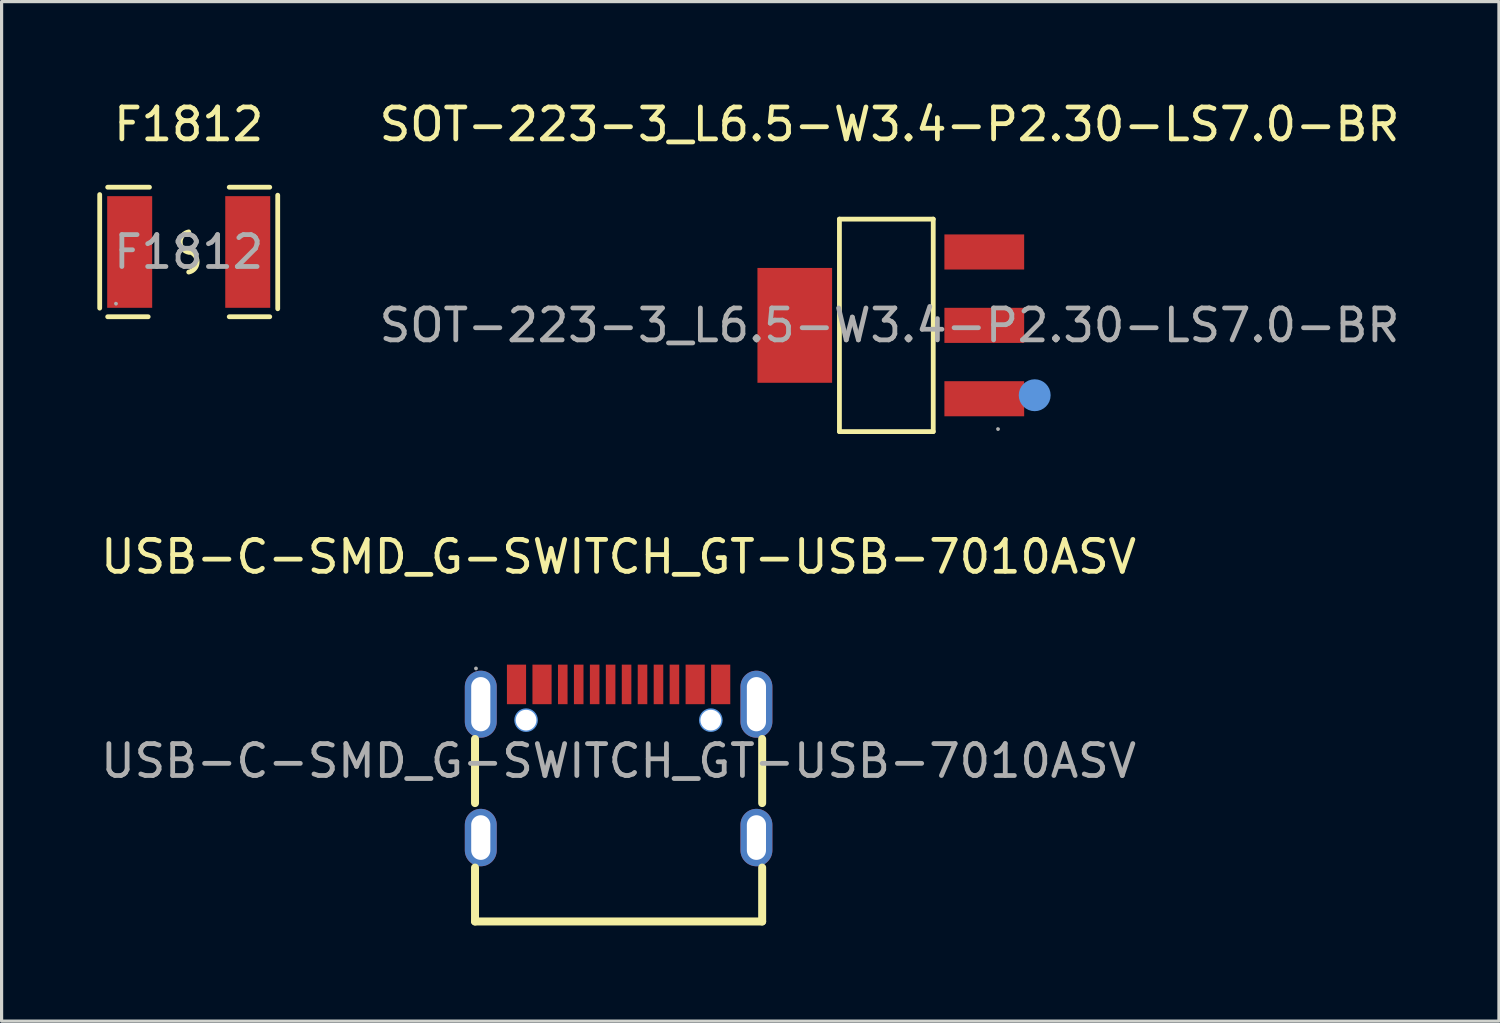
<source format=kicad_pcb>
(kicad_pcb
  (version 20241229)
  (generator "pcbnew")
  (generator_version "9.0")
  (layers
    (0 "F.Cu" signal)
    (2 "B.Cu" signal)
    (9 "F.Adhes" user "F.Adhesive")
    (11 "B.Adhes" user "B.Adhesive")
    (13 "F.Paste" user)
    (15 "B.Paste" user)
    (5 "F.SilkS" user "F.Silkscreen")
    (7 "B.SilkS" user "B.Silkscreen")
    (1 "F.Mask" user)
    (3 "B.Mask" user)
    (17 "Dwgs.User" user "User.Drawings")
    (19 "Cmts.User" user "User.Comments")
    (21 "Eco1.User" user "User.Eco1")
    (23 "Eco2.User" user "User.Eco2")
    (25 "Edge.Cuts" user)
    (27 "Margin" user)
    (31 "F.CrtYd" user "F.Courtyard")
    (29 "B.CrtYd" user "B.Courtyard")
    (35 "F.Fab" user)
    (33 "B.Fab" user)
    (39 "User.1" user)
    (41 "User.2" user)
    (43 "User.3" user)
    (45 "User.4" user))
  (footprint "SOT-223-3_L6.5-W3.4-P2.30-LS7.0-BR"
    (layer "F.Cu")
    (at 24.831 7.148)
    (property "Reference" "SOT-223-3_L6.5-W3.4-P2.30-LS7.0-BR" (at 0 -6.3 0) (layer "F.SilkS") (effects (font (size 1 1) (thickness 0.15))))
    (attr smd)
    (fp_line (start -1.57 -3.33) (end 1.37 -3.33) (stroke (width 0.15) (type solid)) (layer "F.SilkS"))
    (fp_line (start -1.57 3.33) (end -1.57 -3.33) (stroke (width 0.15) (type solid)) (layer "F.SilkS"))
    (fp_line (start 1.37 -3.33) (end 1.37 3.33) (stroke (width 0.15) (type solid)) (layer "F.SilkS"))
    (fp_line (start 1.37 3.33) (end -1.57 3.33) (stroke (width 0.15) (type solid)) (layer "F.SilkS"))
    (fp_circle (center 4.55 2.19) (end 4.8 2.19) (stroke (width 0.5) (type solid)) (fill no) (layer "Cmts.User"))
    (fp_circle (center 3.4 3.25) (end 3.43 3.25) (stroke (width 0.06) (type solid)) (fill no) (layer "F.Fab"))
    (fp_text user "${REFERENCE}" (at 0 0 0) (layer "F.Fab") (effects (font (size 1 1) (thickness 0.15))))
    (pad "1" smd rect (at 2.97 2.3) (size 2.5 1.1) (layers "F.Cu" "F.Mask" "F.Paste"))
    (pad "2" smd rect (at 2.97 0) (size 2.5 1.1) (layers "F.Cu" "F.Mask" "F.Paste"))
    (pad "3" smd rect (at 2.97 -2.3) (size 2.5 1.1) (layers "F.Cu" "F.Mask" "F.Paste"))
    (pad "4" smd rect (at -2.97 0) (size 2.34 3.6) (layers "F.Cu" "F.Mask" "F.Paste")))
  (footprint "USB-C-SMD_G-SWITCH_GT-USB-7010ASV"
    (layer "F.Cu")
    (at 16.339 20.802)
    (property "Reference" "USB-C-SMD_G-SWITCH_GT-USB-7010ASV" (at 0 -6.4 0) (layer "F.SilkS") (effects (font (size 1 1) (thickness 0.15))))
    (attr smd)
    (fp_line (start -4.5 1.32) (end -4.5 -0.69) (stroke (width 0.25) (type solid)) (layer "F.SilkS"))
    (fp_line (start -4.5 5.03) (end -4.5 3.34) (stroke (width 0.25) (type solid)) (layer "F.SilkS"))
    (fp_line (start 4.5 1.32) (end 4.5 -0.69) (stroke (width 0.25) (type solid)) (layer "F.SilkS"))
    (fp_line (start 4.5 5.03) (end -4.5 5.03) (stroke (width 0.25) (type solid)) (layer "F.SilkS"))
    (fp_line (start 4.5 5.03) (end 4.5 3.34) (stroke (width 0.25) (type solid)) (layer "F.SilkS"))
    (fp_circle (center -2.9 -1.28) (end -2.78 -1.28) (stroke (width 0.25) (type solid)) (fill no) (layer "Cmts.User"))
    (fp_circle (center 2.89 -1.28) (end 3.01 -1.28) (stroke (width 0.25) (type solid)) (fill no) (layer "Cmts.User"))
    (fp_circle (center -4.47 -2.9) (end -4.44 -2.9) (stroke (width 0.06) (type solid)) (fill no) (layer "F.Fab"))
    (fp_text user "${REFERENCE}" (at 0 0 0) (layer "F.Fab") (effects (font (size 1 1) (thickness 0.15))))
    (pad "" thru_hole circle (at -2.9 -1.28) (size 0.65 0.65) (drill 0.65) (layers "*.Cu" "*.Mask"))
    (pad "" thru_hole circle (at 2.89 -1.28) (size 0.65 0.65) (drill 0.65) (layers "*.Cu" "*.Mask"))
    (pad "1" thru_hole oval (at -4.32 -1.78) (size 1 2.1) (drill oval 0.6 1.7) (layers "*.Cu" "*.Mask"))
    (pad "2" thru_hole oval (at 4.32 -1.78) (size 1 2.1) (drill oval 0.6 1.7) (layers "*.Cu" "*.Mask"))
    (pad "3" thru_hole oval (at 4.32 2.4) (size 1 1.8) (drill oval 0.6 1.4) (layers "*.Cu" "*.Mask"))
    (pad "4" thru_hole oval (at -4.32 2.4) (size 1 1.8) (drill oval 0.6 1.4) (layers "*.Cu" "*.Mask"))
    (pad "A1B12" smd rect (at -3.2 -2.4) (size 0.6 1.24) (layers "F.Cu" "F.Mask" "F.Paste"))
    (pad "A4B9" smd rect (at -2.4 -2.4) (size 0.6 1.24) (layers "F.Cu" "F.Mask" "F.Paste"))
    (pad "A5" smd rect (at -1.25 -2.4) (size 0.3 1.24) (layers "F.Cu" "F.Mask" "F.Paste"))
    (pad "A6" smd rect (at -0.25 -2.4) (size 0.3 1.24) (layers "F.Cu" "F.Mask" "F.Paste"))
    (pad "A7" smd rect (at 0.25 -2.4) (size 0.3 1.24) (layers "F.Cu" "F.Mask" "F.Paste"))
    (pad "A8" smd rect (at 1.25 -2.4) (size 0.3 1.24) (layers "F.Cu" "F.Mask" "F.Paste"))
    (pad "B1A12" smd rect (at 3.2 -2.4) (size 0.6 1.24) (layers "F.Cu" "F.Mask" "F.Paste"))
    (pad "B4A9" smd rect (at 2.4 -2.4) (size 0.6 1.24) (layers "F.Cu" "F.Mask" "F.Paste"))
    (pad "B5" smd rect (at 1.75 -2.4) (size 0.3 1.24) (layers "F.Cu" "F.Mask" "F.Paste"))
    (pad "B6" smd rect (at 0.75 -2.4) (size 0.3 1.24) (layers "F.Cu" "F.Mask" "F.Paste"))
    (pad "B7" smd rect (at -0.75 -2.4) (size 0.3 1.24) (layers "F.Cu" "F.Mask" "F.Paste"))
    (pad "B8" smd rect (at -1.75 -2.4) (size 0.3 1.24) (layers "F.Cu" "F.Mask" "F.Paste")))
  (footprint "F1812"
    (layer "F.Cu")
    (at 2.865 4.848)
    (property "Reference" "F1812" (at 0 -4 0) (layer "F.SilkS") (effects (font (size 1 1) (thickness 0.15))))
    (attr through_hole)
    (fp_line (start -2.79 -1.8) (end -2.79 1.76) (stroke (width 0.15) (type solid)) (layer "F.SilkS"))
    (fp_line (start -2.54 -2.03) (end -1.23 -2.03) (stroke (width 0.15) (type solid)) (layer "F.SilkS"))
    (fp_line (start -1.27 2.03) (end -2.54 2.03) (stroke (width 0.15) (type solid)) (layer "F.SilkS"))
    (fp_line (start 1.27 2.03) (end 2.54 2.03) (stroke (width 0.15) (type solid)) (layer "F.SilkS"))
    (fp_line (start 2.54 -2.03) (end 1.27 -2.03) (stroke (width 0.15) (type solid)) (layer "F.SilkS"))
    (fp_line (start 2.79 -1.78) (end 2.79 1.78) (stroke (width 0.15) (type solid)) (layer "F.SilkS"))
    (fp_arc (start -0.005366 -0.01096) (mid 0.265565 0.307274) (end 0 0.63) (stroke (width 0.15) (type solid)) (layer "F.SilkS"))
    (fp_arc (start 0.005366 0.01096) (mid -0.265565 -0.307274) (end 0 -0.63) (stroke (width 0.15) (type solid)) (layer "F.SilkS"))
    (fp_circle (center -2.28 1.62) (end -2.25 1.62) (stroke (width 0.06) (type solid)) (fill no) (layer "F.Fab"))
    (fp_text user "${REFERENCE}" (at 0 0 0) (layer "F.Fab") (effects (font (size 1 1) (thickness 0.15))))
    (pad "1" smd rect (at -1.85 0) (size 1.41 3.5) (layers "F.Cu" "F.Mask" "F.Paste"))
    (pad "2" smd rect (at 1.85 0) (size 1.41 3.5) (layers "F.Cu" "F.Mask" "F.Paste")))
  (gr_rect
    (start -3 -3)
    (end 43.932 28.956)
    (stroke (width 0.1) (type default))
    (fill no)
    (layer "Edge.Cuts")))
</source>
